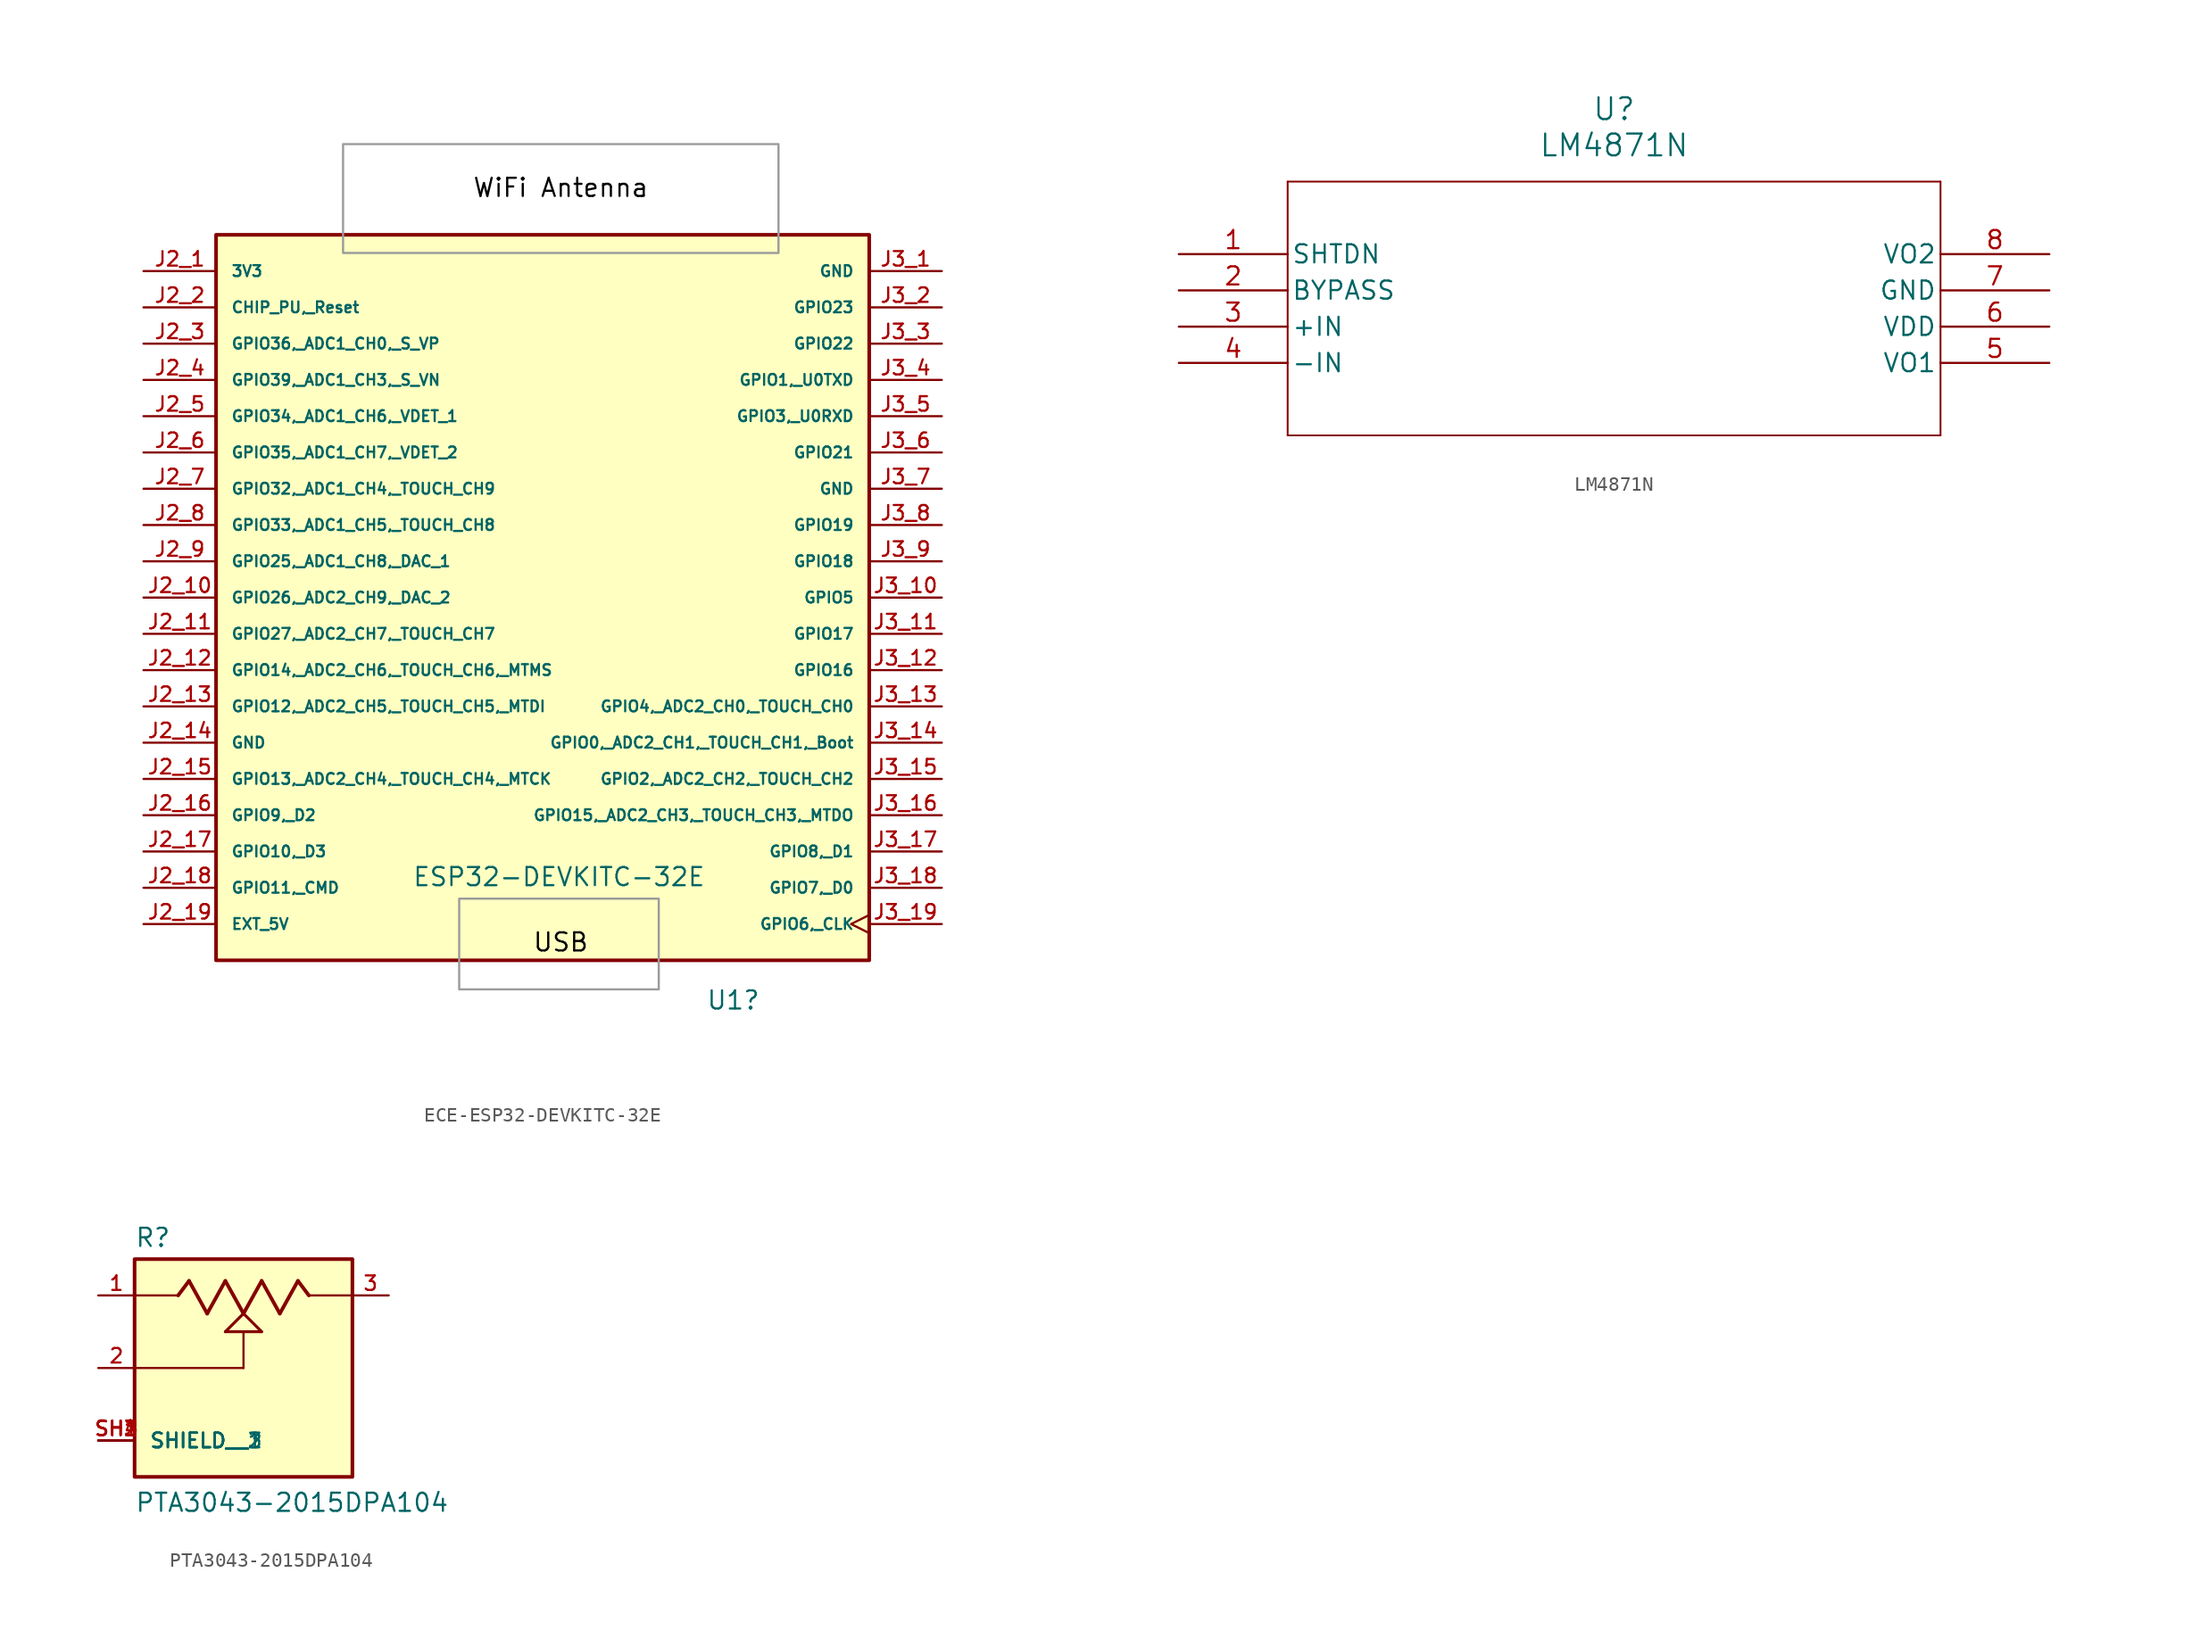
<source format=kicad_sym>
(kicad_symbol_lib
  (version 20241209)
  (generator "kicad_symbol_editor")
  (generator_version "9.0")
  (symbol "ECE-ESP32-DEVKITC-32E"
    (pin_names
      (offset 1.016))
    (property "Reference" "U1"
      (at 6.35 -28.194 0)
      (effects (font (size 1.27 1.27)) (justify left)))
    (property "Value" "ESP32-DEVKITC-32E"
      (at -14.224 -19.558 0)
      (effects (font (size 1.27 1.27)) (justify left)))
    (symbol "ECE-ESP32-DEVKITC-32E_0_0"
      (rectangle (start -27.94 25.4) (end 17.78 -25.4) (stroke (width 0.254) (type default)) (fill (type background))))
    (symbol "ECE-ESP32-DEVKITC-32E_1_0"
      (pin power_in line (at -33.02 22.86 0) (length 5.08) (name "3V3" (effects (font (size 0.762 0.762)))) (number "J2_1" (effects (font (size 1.016 1.016)))))
      (pin input line (at -33.02 20.32 0) (length 5.08) (name "CHIP_PU,_Reset" (effects (font (size 0.762 0.762)))) (number "J2_2" (effects (font (size 1.016 1.016)))))
      (pin bidirectional line (at -33.02 17.78 0) (length 5.08) (name "GPIO36,_ADC1_CH0,_S_VP" (effects (font (size 0.762 0.762)))) (number "J2_3" (effects (font (size 1.016 1.016)))))
      (pin bidirectional line (at -33.02 15.24 0) (length 5.08) (name "GPIO39,_ADC1_CH3,_S_VN" (effects (font (size 0.762 0.762)))) (number "J2_4" (effects (font (size 1.016 1.016)))))
      (pin bidirectional line (at -33.02 12.7 0) (length 5.08) (name "GPIO34,_ADC1_CH6,_VDET_1" (effects (font (size 0.762 0.762)))) (number "J2_5" (effects (font (size 1.016 1.016)))))
      (pin bidirectional line (at -33.02 10.16 0) (length 5.08) (name "GPIO35,_ADC1_CH7,_VDET_2" (effects (font (size 0.762 0.762)))) (number "J2_6" (effects (font (size 1.016 1.016)))))
      (pin bidirectional line (at -33.02 7.62 0) (length 5.08) (name "GPIO32,_ADC1_CH4,_TOUCH_CH9" (effects (font (size 0.762 0.762)))) (number "J2_7" (effects (font (size 1.016 1.016)))))
      (pin bidirectional line (at -33.02 5.08 0) (length 5.08) (name "GPIO33,_ADC1_CH5,_TOUCH_CH8" (effects (font (size 0.762 0.762)))) (number "J2_8" (effects (font (size 1.016 1.016)))))
      (pin bidirectional line (at -33.02 2.54 0) (length 5.08) (name "GPIO25,_ADC1_CH8,_DAC_1" (effects (font (size 0.762 0.762)))) (number "J2_9" (effects (font (size 1.016 1.016)))))
      (pin bidirectional line (at -33.02 0 0) (length 5.08) (name "GPIO26,_ADC2_CH9,_DAC_2" (effects (font (size 0.762 0.762)))) (number "J2_10" (effects (font (size 1.016 1.016)))))
      (pin bidirectional line (at -33.02 -2.54 0) (length 5.08) (name "GPIO27,_ADC2_CH7,_TOUCH_CH7" (effects (font (size 0.762 0.762)))) (number "J2_11" (effects (font (size 1.016 1.016)))))
      (pin bidirectional line (at -33.02 -5.08 0) (length 5.08) (name "GPIO14,_ADC2_CH6,_TOUCH_CH6,_MTMS" (effects (font (size 0.762 0.762)))) (number "J2_12" (effects (font (size 1.016 1.016)))))
      (pin bidirectional line (at -33.02 -7.62 0) (length 5.08) (name "GPIO12,_ADC2_CH5,_TOUCH_CH5,_MTDI" (effects (font (size 0.762 0.762)))) (number "J2_13" (effects (font (size 1.016 1.016)))))
      (pin power_in line (at -33.02 -10.16 0) (length 5.08) (name "GND" (effects (font (size 0.762 0.762)))) (number "J2_14" (effects (font (size 1.016 1.016)))))
      (pin bidirectional line (at -33.02 -12.7 0) (length 5.08) (name "GPIO13,_ADC2_CH4,_TOUCH_CH4,_MTCK" (effects (font (size 0.762 0.762)))) (number "J2_15" (effects (font (size 1.016 1.016)))))
      (pin bidirectional line (at -33.02 -15.24 0) (length 5.08) (name "GPIO9,_D2" (effects (font (size 0.762 0.762)))) (number "J2_16" (effects (font (size 1.016 1.016)))))
      (pin bidirectional line (at -33.02 -17.78 0) (length 5.08) (name "GPIO10,_D3" (effects (font (size 0.762 0.762)))) (number "J2_17" (effects (font (size 1.016 1.016)))))
      (pin bidirectional line (at -33.02 -20.32 0) (length 5.08) (name "GPIO11,_CMD" (effects (font (size 0.762 0.762)))) (number "J2_18" (effects (font (size 1.016 1.016)))))
      (pin power_in line (at -33.02 -22.86 0) (length 5.08) (name "EXT_5V" (effects (font (size 0.762 0.762)))) (number "J2_19" (effects (font (size 1.016 1.016)))))
      (pin power_in line (at 22.86 22.86 180) (length 5.08) (name "GND" (effects (font (size 0.762 0.762)))) (number "J3_1" (effects (font (size 1.016 1.016)))))
      (pin bidirectional line (at 22.86 20.32 180) (length 5.08) (name "GPIO23" (effects (font (size 0.762 0.762)))) (number "J3_2" (effects (font (size 1.016 1.016)))))
      (pin bidirectional line (at 22.86 17.78 180) (length 5.08) (name "GPIO22" (effects (font (size 0.762 0.762)))) (number "J3_3" (effects (font (size 1.016 1.016)))))
      (pin bidirectional line (at 22.86 15.24 180) (length 5.08) (name "GPIO1,_U0TXD" (effects (font (size 0.762 0.762)))) (number "J3_4" (effects (font (size 1.016 1.016)))))
      (pin bidirectional line (at 22.86 12.7 180) (length 5.08) (name "GPIO3,_U0RXD" (effects (font (size 0.762 0.762)))) (number "J3_5" (effects (font (size 1.016 1.016)))))
      (pin bidirectional line (at 22.86 10.16 180) (length 5.08) (name "GPIO21" (effects (font (size 0.762 0.762)))) (number "J3_6" (effects (font (size 1.016 1.016)))))
      (pin power_in line (at 22.86 7.62 180) (length 5.08) (name "GND" (effects (font (size 0.762 0.762)))) (number "J3_7" (effects (font (size 1.016 1.016)))))
      (pin bidirectional line (at 22.86 5.08 180) (length 5.08) (name "GPIO19" (effects (font (size 0.762 0.762)))) (number "J3_8" (effects (font (size 1.016 1.016)))))
      (pin bidirectional line (at 22.86 2.54 180) (length 5.08) (name "GPIO18" (effects (font (size 0.762 0.762)))) (number "J3_9" (effects (font (size 1.016 1.016)))))
      (pin bidirectional line (at 22.86 0 180) (length 5.08) (name "GPIO5" (effects (font (size 0.762 0.762)))) (number "J3_10" (effects (font (size 1.016 1.016)))))
      (pin bidirectional line (at 22.86 -2.54 180) (length 5.08) (name "GPIO17" (effects (font (size 0.762 0.762)))) (number "J3_11" (effects (font (size 1.016 1.016)))))
      (pin bidirectional line (at 22.86 -5.08 180) (length 5.08) (name "GPIO16" (effects (font (size 0.762 0.762)))) (number "J3_12" (effects (font (size 1.016 1.016)))))
      (pin bidirectional line (at 22.86 -7.62 180) (length 5.08) (name "GPIO4,_ADC2_CH0,_TOUCH_CH0" (effects (font (size 0.762 0.762)))) (number "J3_13" (effects (font (size 1.016 1.016)))))
      (pin bidirectional line (at 22.86 -10.16 180) (length 5.08) (name "GPIO0,_ADC2_CH1,_TOUCH_CH1,_Boot" (effects (font (size 0.762 0.762)))) (number "J3_14" (effects (font (size 1.016 1.016)))))
      (pin bidirectional line (at 22.86 -12.7 180) (length 5.08) (name "GPIO2,_ADC2_CH2,_TOUCH_CH2" (effects (font (size 0.762 0.762)))) (number "J3_15" (effects (font (size 1.016 1.016)))))
      (pin bidirectional line (at 22.86 -15.24 180) (length 5.08) (name "GPIO15,_ADC2_CH3,_TOUCH_CH3,_MTDO" (effects (font (size 0.762 0.762)))) (number "J3_16" (effects (font (size 1.016 1.016)))))
      (pin bidirectional line (at 22.86 -17.78 180) (length 5.08) (name "GPIO8,_D1" (effects (font (size 0.762 0.762)))) (number "J3_17" (effects (font (size 1.016 1.016)))))
      (pin bidirectional line (at 22.86 -20.32 180) (length 5.08) (name "GPIO7,_D0" (effects (font (size 0.762 0.762)))) (number "J3_18" (effects (font (size 1.016 1.016)))))
      (pin bidirectional clock (at 22.86 -22.86 180) (length 5.08) (name "GPIO6,_CLK" (effects (font (size 0.762 0.762)))) (number "J3_19" (effects (font (size 1.016 1.016))))))
    (symbol "ECE-ESP32-DEVKITC-32E_1_1"
      (rectangle (start -19.05 31.75) (end 11.43 24.13) (stroke (width 0) (type solid) (color 155 155 155 1)) (fill (type none)))
      (rectangle (start -10.922 -21.082) (end 3.048 -27.432) (stroke (width 0) (type solid) (color 155 155 155 1)) (fill (type none)))
      (text "USB" (at -3.81 -24.13 0) (effects (font (size 1.27 1.27) (color 0 0 0 1))))
      (text "WiFi Antenna" (at -3.81 28.702 0) (effects (font (size 1.27 1.27) (color 0 0 0 1))))))
  (symbol "LM4871N"
    (pin_names
      (offset 0.254))
    (property "Reference" "U"
      (at 30.48 10.16 0)
      (effects (font (size 1.524 1.524))))
    (property "Value" "LM4871N"
      (at 30.48 7.62 0)
      (effects (font (size 1.524 1.524))))
    (symbol "LM4871N_0_1"
      (polyline (pts (xy 7.62 5.08) (xy 7.62 -12.7)) (stroke (width 0.127) (type default)) (fill (type none)))
      (polyline (pts (xy 7.62 -12.7) (xy 53.34 -12.7)) (stroke (width 0.127) (type default)) (fill (type none)))
      (polyline (pts (xy 53.34 5.08) (xy 7.62 5.08)) (stroke (width 0.127) (type default)) (fill (type none)))
      (polyline (pts (xy 53.34 -12.7) (xy 53.34 5.08)) (stroke (width 0.127) (type default)) (fill (type none)))
      (pin unspecified line (at 0 0 0) (length 7.62) (name "SHTDN" (effects (font (size 1.27 1.27)))) (number "1" (effects (font (size 1.27 1.27)))))
      (pin unspecified line (at 0 -2.54 0) (length 7.62) (name "BYPASS" (effects (font (size 1.27 1.27)))) (number "2" (effects (font (size 1.27 1.27)))))
      (pin unspecified line (at 0 -5.08 0) (length 7.62) (name "+IN" (effects (font (size 1.27 1.27)))) (number "3" (effects (font (size 1.27 1.27)))))
      (pin unspecified line (at 0 -7.62 0) (length 7.62) (name "-IN" (effects (font (size 1.27 1.27)))) (number "4" (effects (font (size 1.27 1.27)))))
      (pin unspecified line (at 60.96 0 180) (length 7.62) (name "VO2" (effects (font (size 1.27 1.27)))) (number "8" (effects (font (size 1.27 1.27)))))
      (pin unspecified line (at 60.96 -2.54 180) (length 7.62) (name "GND" (effects (font (size 1.27 1.27)))) (number "7" (effects (font (size 1.27 1.27)))))
      (pin unspecified line (at 60.96 -5.08 180) (length 7.62) (name "VDD" (effects (font (size 1.27 1.27)))) (number "6" (effects (font (size 1.27 1.27)))))
      (pin unspecified line (at 60.96 -7.62 180) (length 7.62) (name "VO1" (effects (font (size 1.27 1.27)))) (number "5" (effects (font (size 1.27 1.27)))))))
  (symbol "PTA3043-2015DPA104"
    (pin_names
      (offset 1.016))
    (property "Reference" "R"
      (at -7.62 8.382 0)
      (effects (font (size 1.27 1.27)) (justify left bottom)))
    (property "Value" "PTA3043-2015DPA104"
      (at -7.62 -10.16 0)
      (effects (font (size 1.27 1.27)) (justify left bottom)))
    (symbol "PTA3043-2015DPA104_0_0"
      (polyline (pts (xy -7.62 5.08) (xy -4.572 5.08)) (stroke (width 0.152) (type default)) (fill (type none)))
      (rectangle (start -7.62 -7.62) (end 7.62 7.62) (stroke (width 0.254) (type default)) (fill (type background)))
      (polyline (pts (xy -4.572 5.08) (xy -3.81 6.096)) (stroke (width 0.254) (type default)) (fill (type none)))
      (polyline (pts (xy -3.81 6.096) (xy -2.54 3.81)) (stroke (width 0.254) (type default)) (fill (type none)))
      (polyline (pts (xy -2.54 3.81) (xy -1.27 6.096)) (stroke (width 0.254) (type default)) (fill (type none)))
      (polyline (pts (xy -1.27 6.096) (xy 0 3.81)) (stroke (width 0.254) (type default)) (fill (type none)))
      (polyline (pts (xy -1.27 2.54) (xy 0 3.81)) (stroke (width 0.203) (type default)) (fill (type none)))
      (polyline (pts (xy 0 3.81) (xy 1.27 6.096)) (stroke (width 0.254) (type default)) (fill (type none)))
      (polyline (pts (xy 0 3.81) (xy 1.27 2.54)) (stroke (width 0.203) (type default)) (fill (type none)))
      (polyline (pts (xy 0 2.54) (xy -1.27 2.54)) (stroke (width 0.203) (type default)) (fill (type none)))
      (polyline (pts (xy 0 2.54) (xy 0 0)) (stroke (width 0.152) (type default)) (fill (type none)))
      (polyline (pts (xy 0 0) (xy -7.62 0)) (stroke (width 0.152) (type default)) (fill (type none)))
      (polyline (pts (xy 1.27 6.096) (xy 2.54 3.81)) (stroke (width 0.254) (type default)) (fill (type none)))
      (polyline (pts (xy 1.27 2.54) (xy 0 2.54)) (stroke (width 0.203) (type default)) (fill (type none)))
      (polyline (pts (xy 2.54 3.81) (xy 3.81 6.096)) (stroke (width 0.254) (type default)) (fill (type none)))
      (polyline (pts (xy 3.81 6.096) (xy 4.572 5.08)) (stroke (width 0.254) (type default)) (fill (type none)))
      (polyline (pts (xy 4.572 5.08) (xy 7.62 5.08)) (stroke (width 0.152) (type default)) (fill (type none)))
      (pin passive line (at -10.16 5.08 0) (length 2.54) (name "~" (effects (font (size 1.016 1.016)))) (number "1" (effects (font (size 1.016 1.016)))))
      (pin passive line (at -10.16 0 0) (length 2.54) (name "~" (effects (font (size 1.016 1.016)))) (number "2" (effects (font (size 1.016 1.016)))))
      (pin passive line (at -10.16 -5.08 0) (length 2.54) (name "SHIELD" (effects (font (size 1.016 1.016)))) (number "SH1" (effects (font (size 1.016 1.016)))))
      (pin passive line (at -10.16 -5.08 0) (length 2.54) (name "SHIELD__1" (effects (font (size 1.016 1.016)))) (number "SH2" (effects (font (size 1.016 1.016)))))
      (pin passive line (at -10.16 -5.08 0) (length 2.54) (name "SHIELD__2" (effects (font (size 1.016 1.016)))) (number "SH3" (effects (font (size 1.016 1.016)))))
      (pin passive line (at -10.16 -5.08 0) (length 2.54) (name "SHIELD__3" (effects (font (size 1.016 1.016)))) (number "SH4" (effects (font (size 1.016 1.016)))))
      (pin passive line (at 10.16 5.08 180) (length 2.54) (name "~" (effects (font (size 1.016 1.016)))) (number "3" (effects (font (size 1.016 1.016))))))))
</source>
